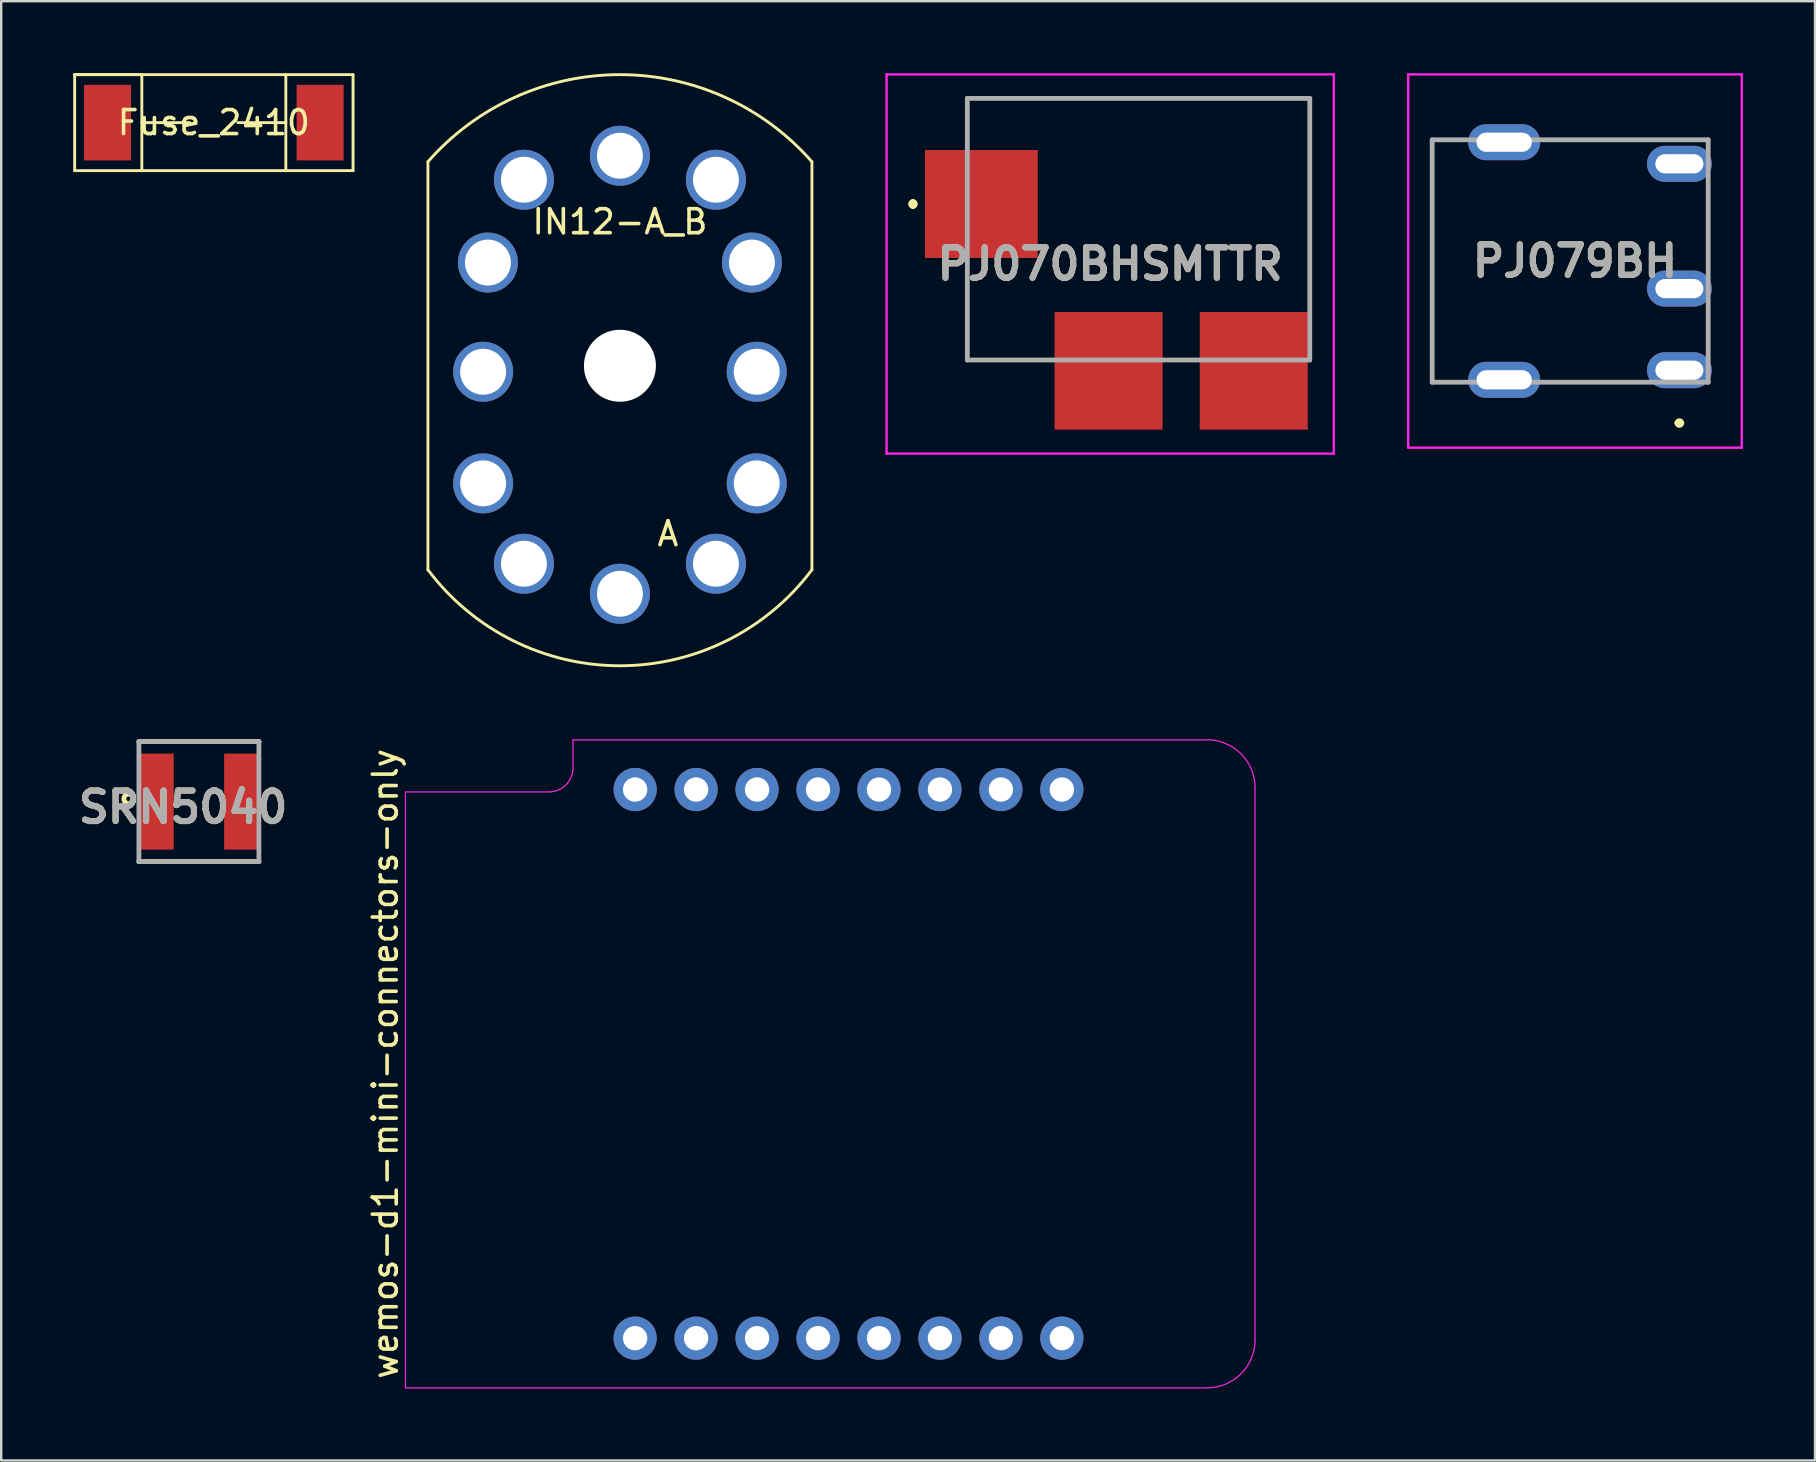
<source format=kicad_pcb>
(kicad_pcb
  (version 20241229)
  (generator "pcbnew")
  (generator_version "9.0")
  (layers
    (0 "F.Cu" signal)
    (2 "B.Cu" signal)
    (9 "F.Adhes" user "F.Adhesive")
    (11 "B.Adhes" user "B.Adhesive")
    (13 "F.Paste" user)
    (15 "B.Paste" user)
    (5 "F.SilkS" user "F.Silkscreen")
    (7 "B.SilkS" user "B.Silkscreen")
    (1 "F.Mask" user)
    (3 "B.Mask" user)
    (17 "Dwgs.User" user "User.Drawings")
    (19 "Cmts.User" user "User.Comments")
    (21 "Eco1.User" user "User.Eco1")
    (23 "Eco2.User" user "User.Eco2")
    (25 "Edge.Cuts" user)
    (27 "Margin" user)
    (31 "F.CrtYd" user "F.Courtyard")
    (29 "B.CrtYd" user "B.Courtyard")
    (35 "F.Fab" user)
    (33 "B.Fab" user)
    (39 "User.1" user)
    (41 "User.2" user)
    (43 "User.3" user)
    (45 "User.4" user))
  (footprint "PJ079BH"
    (layer "F.Cu")
    (at 66.924 12.376)
    (property "Reference" "PJ079BH" (at -4.35 -4.55 0) (layer "F.SilkS") (effects (font (size 1.27 1.27) (thickness 0.254))))
    (attr through_hole)
    (fp_line (start -10.3 -9.6) (end -10.3 0.5) (stroke (width 0.1) (type solid)) (layer "F.SilkS"))
    (fp_line (start -10.3 0.5) (end -9.3 0.5) (stroke (width 0.1) (type solid)) (layer "F.SilkS"))
    (fp_line (start -9.3 -9.6) (end -10.3 -9.6) (stroke (width 0.1) (type solid)) (layer "F.SilkS"))
    (fp_line (start -0.1 2.2) (end -0.1 2.2) (stroke (width 0.2) (type solid)) (layer "F.SilkS"))
    (fp_line (start 0.1 2.2) (end 0.1 2.2) (stroke (width 0.2) (type solid)) (layer "F.SilkS"))
    (fp_arc (start -0.1 2.2) (mid 0 2.1) (end 0.1 2.2) (stroke (width 0.2) (type solid)) (layer "F.SilkS"))
    (fp_arc (start 0.1 2.2) (mid 0 2.3) (end -0.1 2.2) (stroke (width 0.2) (type solid)) (layer "F.SilkS"))
    (fp_line (start -11.3 -12.326) (end 2.6 -12.326) (stroke (width 0.1) (type solid)) (layer "F.CrtYd"))
    (fp_line (start -11.3 3.226) (end -11.3 -12.326) (stroke (width 0.1) (type solid)) (layer "F.CrtYd"))
    (fp_line (start 2.6 -12.326) (end 2.6 3.226) (stroke (width 0.1) (type solid)) (layer "F.CrtYd"))
    (fp_line (start 2.6 3.226) (end -11.3 3.226) (stroke (width 0.1) (type solid)) (layer "F.CrtYd"))
    (fp_line (start -10.3 -9.6) (end 1.2 -9.6) (stroke (width 0.2) (type solid)) (layer "F.Fab"))
    (fp_line (start -10.3 0.5) (end -10.3 -9.6) (stroke (width 0.2) (type solid)) (layer "F.Fab"))
    (fp_line (start 1.2 -9.6) (end 1.2 0.5) (stroke (width 0.2) (type solid)) (layer "F.Fab"))
    (fp_line (start 1.2 0.5) (end -10.3 0.5) (stroke (width 0.2) (type solid)) (layer "F.Fab"))
    (fp_text user "${REFERENCE}" (at -4.35 -4.55 0) (layer "F.Fab") (effects (font (size 1.27 1.27) (thickness 0.254))))
    (pad "" np_thru_hole circle (at -6.3 -3.3) (size 0.001 0.001) (drill 2.6) (layers "*.Cu" "*.Mask"))
    (pad "1" thru_hole oval (at 0 0) (size 2.7 1.5) (drill oval 2 0.8) (layers "*.Cu" "*.Mask"))
    (pad "2" thru_hole oval (at 0 -8.6) (size 2.7 1.5) (drill oval 2 0.8) (layers "*.Cu" "*.Mask"))
    (pad "3" thru_hole oval (at 0 -3.4) (size 2.7 1.5) (drill oval 2 0.8) (layers "*.Cu" "*.Mask"))
    (pad "MH1" thru_hole oval (at -7.3 -9.5) (size 3 1.5) (drill oval 2.3 0.8) (layers "*.Cu" "*.Mask"))
    (pad "MH2" thru_hole oval (at -7.3 0.4) (size 3 1.5) (drill oval 2.3 0.8) (layers "*.Cu" "*.Mask")))
  (footprint "Fuse_2410"
    (layer "F.Cu")
    (at 5.86 2.06)
    (property "Reference" "Fuse_2410" (at 0 0 0) (layer "F.SilkS") (effects (font (size 1 1) (thickness 0.15))))
    (attr through_hole)
    (fp_line (start -5.8 -2) (end -3 -2) (stroke (width 0.12) (type solid)) (layer "F.SilkS"))
    (fp_line (start -5.8 -2) (end 5.8 -2) (stroke (width 0.12) (type solid)) (layer "F.SilkS"))
    (fp_line (start -5.8 2) (end -5.8 -2) (stroke (width 0.12) (type solid)) (layer "F.SilkS"))
    (fp_line (start -3 -2) (end -3 2) (stroke (width 0.12) (type solid)) (layer "F.SilkS"))
    (fp_line (start -3 0) (end -1 0) (stroke (width 0.12) (type solid)) (layer "F.SilkS"))
    (fp_line (start 1 0) (end 3 0) (stroke (width 0.12) (type solid)) (layer "F.SilkS"))
    (fp_line (start 3 -2) (end 3 2) (stroke (width 0.12) (type solid)) (layer "F.SilkS"))
    (fp_line (start 5.8 -2) (end 5.8 2) (stroke (width 0.12) (type solid)) (layer "F.SilkS"))
    (fp_line (start 5.8 2) (end -5.8 2) (stroke (width 0.12) (type solid)) (layer "F.SilkS"))
    (pad "1" smd rect (at -4.43 0) (size 1.96 3.15) (layers "F.Cu" "F.Mask" "F.Paste"))
    (pad "2" smd rect (at 4.43 0) (size 1.96 3.15) (layers "F.Cu" "F.Mask" "F.Paste")))
  (footprint "PJ070BHSMTTR"
    (layer "F.Cu")
    (at 43.207 7.95)
    (property "Reference" "PJ070BHSMTTR" (at 0 0 0) (layer "F.SilkS") (effects (font (size 1.27 1.27) (thickness 0.254))))
    (attr smd)
    (fp_line (start -8.218 -2.6) (end -8.218 -2.6) (stroke (width 0.2) (type solid)) (layer "F.SilkS"))
    (fp_line (start -8.218 -2.4) (end -8.218 -2.4) (stroke (width 0.2) (type solid)) (layer "F.SilkS"))
    (fp_line (start -5.952 -6.9) (end 8.317 -6.9) (stroke (width 0.1) (type solid)) (layer "F.SilkS"))
    (fp_line (start -5.952 -5) (end -5.952 -6.9) (stroke (width 0.1) (type solid)) (layer "F.SilkS"))
    (fp_line (start -5.952 0) (end -5.952 4) (stroke (width 0.1) (type solid)) (layer "F.SilkS"))
    (fp_line (start -5.952 4) (end -2.817 4) (stroke (width 0.1) (type solid)) (layer "F.SilkS"))
    (fp_line (start 8.317 -6.9) (end 8.317 1.5) (stroke (width 0.1) (type solid)) (layer "F.SilkS"))
    (fp_arc (start -8.218 -2.6) (mid -8.117 -2.501) (end -8.216 -2.4) (stroke (width 0.2) (type solid)) (layer "F.SilkS"))
    (fp_arc (start -8.218 -2.4) (mid -8.317 -2.501) (end -8.216 -2.6) (stroke (width 0.2) (type solid)) (layer "F.SilkS"))
    (fp_line (start -9.317 -7.9) (end 9.317 -7.9) (stroke (width 0.1) (type solid)) (layer "F.CrtYd"))
    (fp_line (start -9.317 7.9) (end -9.317 -7.9) (stroke (width 0.1) (type solid)) (layer "F.CrtYd"))
    (fp_line (start 9.317 -7.9) (end 9.317 7.9) (stroke (width 0.1) (type solid)) (layer "F.CrtYd"))
    (fp_line (start 9.317 7.9) (end -9.317 7.9) (stroke (width 0.1) (type solid)) (layer "F.CrtYd"))
    (fp_line (start -5.952 -6.9) (end 8.317 -6.9) (stroke (width 0.2) (type solid)) (layer "F.Fab"))
    (fp_line (start -5.952 4) (end -5.952 -6.9) (stroke (width 0.2) (type solid)) (layer "F.Fab"))
    (fp_line (start 8.317 -6.9) (end 8.317 4) (stroke (width 0.2) (type solid)) (layer "F.Fab"))
    (fp_line (start 8.317 4) (end -5.952 4) (stroke (width 0.2) (type solid)) (layer "F.Fab"))
    (fp_text user "${REFERENCE}" (at 0 0 0) (layer "F.Fab") (effects (font (size 1.27 1.27) (thickness 0.254))))
    (pad "1" smd rect (at -5.368 -2.5 90) (size 4.5 4.7) (layers "F.Cu" "F.Mask" "F.Paste"))
    (pad "2" smd rect (at -0.067 4.45) (size 4.5 4.9) (layers "F.Cu" "F.Mask" "F.Paste"))
    (pad "3" smd rect (at 5.982 4.45) (size 4.5 4.9) (layers "F.Cu" "F.Mask" "F.Paste")))
  (footprint "SRN5040"
    (layer "F.Cu")
    (at 5.238 30.35)
    (property "Reference" "SRN5040" (at -0.66 0.235 0) (layer "F.SilkS") (effects (font (size 1.27 1.27) (thickness 0.254))))
    (attr smd)
    (fp_line (start -2.5 -2.5) (end 2.5 -2.5) (stroke (width 0.2) (type solid)) (layer "F.SilkS"))
    (fp_line (start 2.5 2.5) (end -2.5 2.5) (stroke (width 0.2) (type solid)) (layer "F.SilkS"))
    (fp_circle (center -2.929 -0.115) (end -2.929 -0.016) (stroke (width 0.2) (type solid)) (fill no) (layer "F.SilkS"))
    (fp_line (start -2.5 -2.5) (end 2.5 -2.5) (stroke (width 0.2) (type solid)) (layer "F.Fab"))
    (fp_line (start -2.5 2.5) (end -2.5 -2.5) (stroke (width 0.2) (type solid)) (layer "F.Fab"))
    (fp_line (start 2.5 -2.5) (end 2.5 2.5) (stroke (width 0.2) (type solid)) (layer "F.Fab"))
    (fp_line (start 2.5 2.5) (end -2.5 2.5) (stroke (width 0.2) (type solid)) (layer "F.Fab"))
    (fp_text user "${REFERENCE}" (at -0.66 0.235 0) (layer "F.Fab") (effects (font (size 1.27 1.27) (thickness 0.254))))
    (pad "1" smd rect (at -1.8 0) (size 1.5 4) (layers "F.Cu" "F.Mask" "F.Paste"))
    (pad "2" smd rect (at 1.8 0) (size 1.5 4) (layers "F.Cu" "F.Mask" "F.Paste")))
  (footprint "wemos-d1-mini-connectors-only"
    (layer "F.Cu")
    (at 32.304 41.277)
    (property "Reference" "wemos-d1-mini-connectors-only" (at -19.3 0 90) (layer "F.SilkS") (effects (font (size 1 1) (thickness 0.15))))
    (attr through_hole)
    (fp_line (start -18.46 -11.33) (end -12.48 -11.33) (stroke (width 0.05) (type solid)) (layer "F.CrtYd"))
    (fp_line (start -18.46 13.5) (end -18.46 -11.33) (stroke (width 0.05) (type solid)) (layer "F.CrtYd"))
    (fp_line (start -11.48 -13.5) (end -11.48 -12.33) (stroke (width 0.05) (type solid)) (layer "F.CrtYd"))
    (fp_line (start -11.48 -13.5) (end 14.85 -13.5) (stroke (width 0.05) (type solid)) (layer "F.CrtYd"))
    (fp_line (start 14.94 13.5) (end -18.46 13.5) (stroke (width 0.05) (type solid)) (layer "F.CrtYd"))
    (fp_line (start 16.94 -11.5) (end 16.94 11.5) (stroke (width 0.05) (type solid)) (layer "F.CrtYd"))
    (fp_arc (start -11.48 -12.33) (mid -11.772893 -11.622893) (end -12.48 -11.33) (stroke (width 0.05) (type solid)) (layer "F.CrtYd"))
    (fp_arc (start 14.85 -13.5) (mid 16.323459 -12.947115) (end 16.942024 -11.5) (stroke (width 0.05) (type solid)) (layer "F.CrtYd"))
    (fp_arc (start 16.94 11.5) (mid 16.354214 12.914214) (end 14.94 13.5) (stroke (width 0.05) (type solid)) (layer "F.CrtYd"))
    (pad "1" thru_hole circle (at -8.89 11.43) (size 1.8 1.8) (drill 1.016) (layers "*.Cu" "*.Mask"))
    (pad "2" thru_hole circle (at -6.35 11.43) (size 1.8 1.8) (drill 1.016) (layers "*.Cu" "*.Mask"))
    (pad "3" thru_hole circle (at -3.81 11.43) (size 1.8 1.8) (drill 1.016) (layers "*.Cu" "*.Mask"))
    (pad "4" thru_hole circle (at -1.27 11.43) (size 1.8 1.8) (drill 1.016) (layers "*.Cu" "*.Mask"))
    (pad "5" thru_hole circle (at 1.27 11.43) (size 1.8 1.8) (drill 1.016) (layers "*.Cu" "*.Mask"))
    (pad "6" thru_hole circle (at 3.81 11.43) (size 1.8 1.8) (drill 1.016) (layers "*.Cu" "*.Mask"))
    (pad "7" thru_hole circle (at 6.35 11.43) (size 1.8 1.8) (drill 1.016) (layers "*.Cu" "*.Mask"))
    (pad "8" thru_hole circle (at 8.89 11.43) (size 1.8 1.8) (drill 1.016) (layers "*.Cu" "*.Mask"))
    (pad "9" thru_hole circle (at 8.89 -11.43) (size 1.8 1.8) (drill 1.016) (layers "*.Cu" "*.Mask"))
    (pad "10" thru_hole circle (at 6.35 -11.43) (size 1.8 1.8) (drill 1.016) (layers "*.Cu" "*.Mask"))
    (pad "11" thru_hole circle (at 3.81 -11.43) (size 1.8 1.8) (drill 1.016) (layers "*.Cu" "*.Mask"))
    (pad "12" thru_hole circle (at 1.27 -11.43) (size 1.8 1.8) (drill 1.016) (layers "*.Cu" "*.Mask"))
    (pad "13" thru_hole circle (at -1.27 -11.43) (size 1.8 1.8) (drill 1.016) (layers "*.Cu" "*.Mask"))
    (pad "14" thru_hole circle (at -3.81 -11.43) (size 1.8 1.8) (drill 1.016) (layers "*.Cu" "*.Mask"))
    (pad "15" thru_hole circle (at -6.35 -11.43) (size 1.8 1.8) (drill 1.016) (layers "*.Cu" "*.Mask"))
    (pad "16" thru_hole circle (at -8.89 -11.43) (size 1.8 1.8) (drill 1.016) (layers "*.Cu" "*.Mask")))
  (footprint "IN12-A_B"
    (layer "F.Cu")
    (at 22.78 12.19)
    (property "Reference" "IN12-A_B" (at 0 -6 0) (layer "F.SilkS") (effects (font (size 1 1) (thickness 0.15))))
    (attr through_hole)
    (fp_line (start -8 -8.5) (end -8 8.5) (stroke (width 0.12) (type solid)) (layer "F.SilkS"))
    (fp_line (start 8 -8.5) (end 8 8.5) (stroke (width 0.12) (type solid)) (layer "F.SilkS"))
    (fp_arc (start -7.999999 -8.499999) (mid 0 -12.130144) (end 7.999999 -8.499999) (stroke (width 0.12) (type solid)) (layer "F.SilkS"))
    (fp_arc (start 8 8.5) (mid 0 12.5) (end -8 8.5) (stroke (width 0.12) (type solid)) (layer "F.SilkS"))
    (fp_text user "A" (at 2 7 0) (layer "F.SilkS") (effects (font (size 1 1) (thickness 0.15))))
    (pad "" np_thru_hole circle (at 0 0 180) (size 3 3) (drill 3) (layers "*.Cu" "*.Mask"))
    (pad "0" thru_hole circle (at 5.7 4.9) (size 2.5 2.5) (drill 1.914) (layers "*.Cu" "*.Mask"))
    (pad "1" thru_hole circle (at -4 8.25 180) (size 2.5 2.5) (drill 1.914) (layers "*.Cu" "*.Mask"))
    (pad "2" thru_hole circle (at -5.7 4.9) (size 2.5 2.5) (drill 1.914) (layers "*.Cu" "*.Mask"))
    (pad "3" thru_hole circle (at -5.7 0.25) (size 2.5 2.5) (drill 1.914) (layers "*.Cu" "*.Mask"))
    (pad "4" thru_hole circle (at -5.5 -4.3) (size 2.5 2.5) (drill 1.914) (layers "*.Cu" "*.Mask"))
    (pad "5" thru_hole circle (at -4 -7.75) (size 2.5 2.5) (drill 1.914) (layers "*.Cu" "*.Mask"))
    (pad "6" thru_hole circle (at 0 -8.75) (size 2.5 2.5) (drill 1.914) (layers "*.Cu" "*.Mask"))
    (pad "7" thru_hole circle (at 4 -7.75) (size 2.5 2.5) (drill 1.914) (layers "*.Cu" "*.Mask"))
    (pad "8" thru_hole circle (at 5.5 -4.3) (size 2.5 2.5) (drill 1.914) (layers "*.Cu" "*.Mask"))
    (pad "9" thru_hole circle (at 5.7 0.25) (size 2.5 2.5) (drill 1.914) (layers "*.Cu" "*.Mask"))
    (pad "A" thru_hole circle (at 4 8.25 180) (size 2.5 2.5) (drill 1.914) (layers "*.Cu" "*.Mask"))
    (pad "DOT" thru_hole circle (at 0 9.5 180) (size 2.5 2.5) (drill 1.914) (layers "*.Cu" "*.Mask")))
  (gr_rect
    (start -3 -3)
    (end 72.574 57.802)
    (stroke (width 0.1) (type default))
    (fill no)
    (layer "Edge.Cuts")))
</source>
